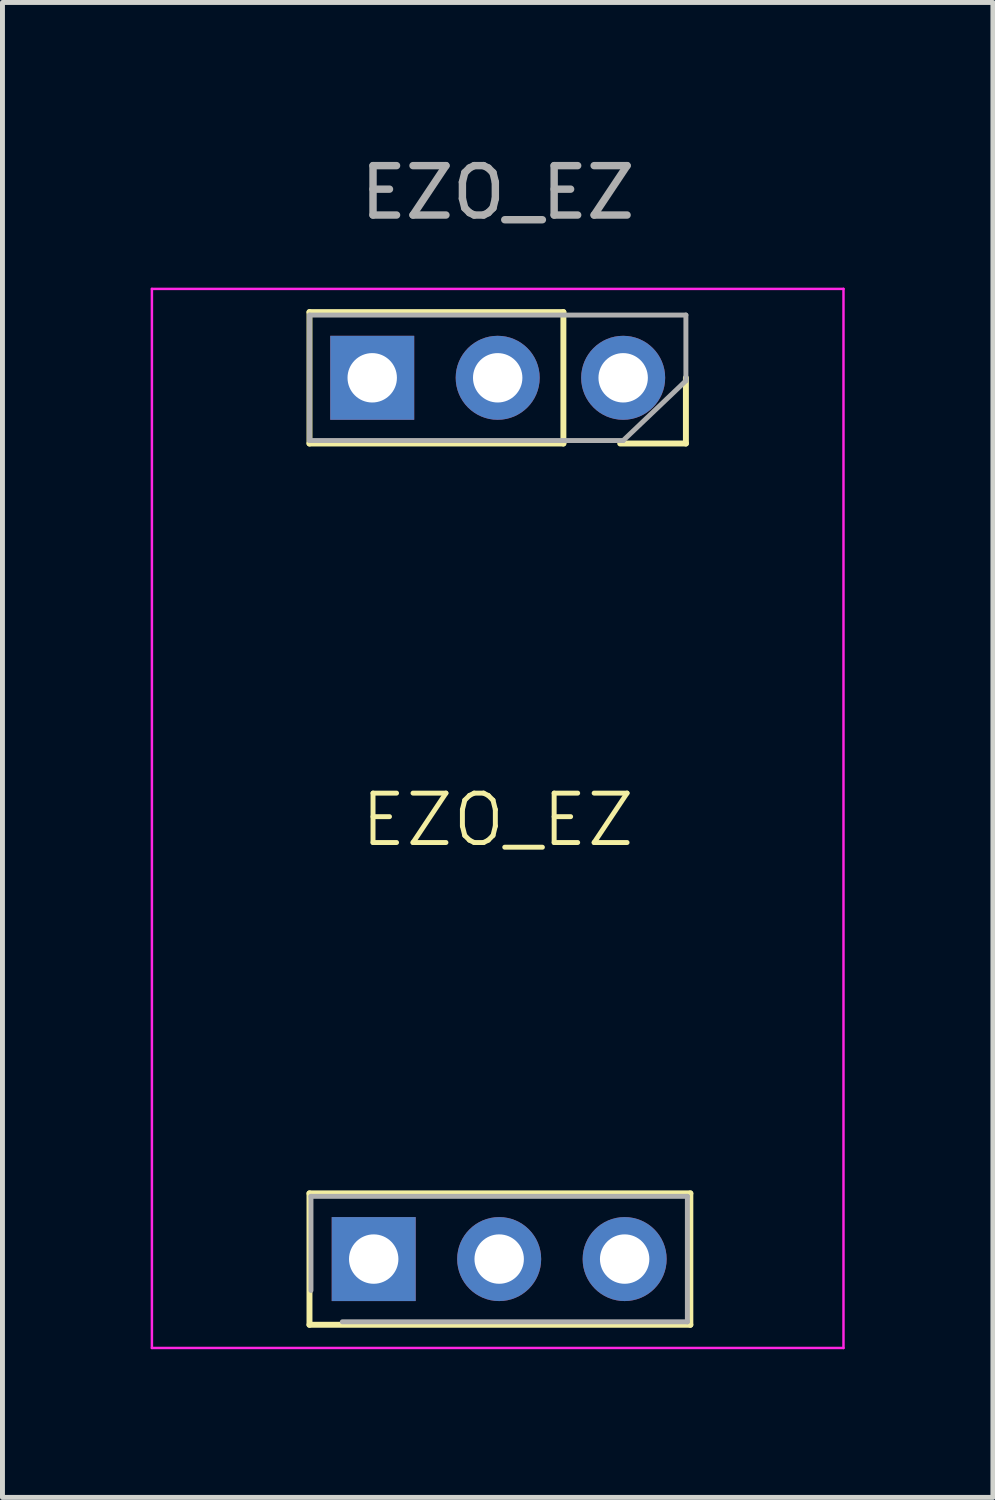
<source format=kicad_pcb>
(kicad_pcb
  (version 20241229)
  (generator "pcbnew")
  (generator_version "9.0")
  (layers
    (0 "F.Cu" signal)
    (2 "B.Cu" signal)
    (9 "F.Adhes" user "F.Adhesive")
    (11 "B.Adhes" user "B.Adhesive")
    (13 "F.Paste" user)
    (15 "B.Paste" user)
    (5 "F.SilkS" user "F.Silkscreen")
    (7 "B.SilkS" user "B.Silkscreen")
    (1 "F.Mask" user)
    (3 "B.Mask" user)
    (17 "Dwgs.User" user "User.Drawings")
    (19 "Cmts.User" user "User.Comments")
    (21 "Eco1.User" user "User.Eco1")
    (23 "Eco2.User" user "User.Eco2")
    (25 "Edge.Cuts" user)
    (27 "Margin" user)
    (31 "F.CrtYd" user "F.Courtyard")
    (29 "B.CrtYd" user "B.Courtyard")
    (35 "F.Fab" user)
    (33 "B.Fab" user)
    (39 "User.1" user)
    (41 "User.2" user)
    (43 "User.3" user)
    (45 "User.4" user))
  (footprint "EZO_EZ"
    (layer "F.Cu")
    (at 7.025 4.658)
    (property "Reference" "EZO_EZ" (at 0 8.89 0) (unlocked yes) (layer "F.SilkS") (effects (font (size 1 1) (thickness 0.1))))
    (attr through_hole)
    (fp_line (start -3.81 -1.39) (end 1.33 -1.39) (stroke (width 0.12) (type solid)) (layer "F.SilkS"))
    (fp_line (start -3.81 1.27) (end -3.81 -1.39) (stroke (width 0.12) (type solid)) (layer "F.SilkS"))
    (fp_line (start -3.81 1.27) (end 1.33 1.27) (stroke (width 0.12) (type solid)) (layer "F.SilkS"))
    (fp_line (start -3.81 16.45) (end 3.9 16.45) (stroke (width 0.12) (type solid)) (layer "F.SilkS"))
    (fp_line (start -3.81 19.11) (end -3.81 16.45) (stroke (width 0.12) (type solid)) (layer "F.SilkS"))
    (fp_line (start -3.81 19.11) (end 3.9 19.11) (stroke (width 0.12) (type solid)) (layer "F.SilkS"))
    (fp_line (start 1.33 1.27) (end 1.33 -1.39) (stroke (width 0.12) (type solid)) (layer "F.SilkS"))
    (fp_line (start 3.81 -0.06) (end 3.81 1.27) (stroke (width 0.12) (type solid)) (layer "F.SilkS"))
    (fp_line (start 3.81 1.27) (end 2.48 1.27) (stroke (width 0.12) (type solid)) (layer "F.SilkS"))
    (fp_line (start 3.9 19.11) (end 3.9 16.45) (stroke (width 0.12) (type solid)) (layer "F.SilkS"))
    (fp_line (start -7 -1.86) (end -7 19.58) (stroke (width 0.05) (type solid)) (layer "F.CrtYd"))
    (fp_line (start -7 19.58) (end 7 19.58) (stroke (width 0.05) (type solid)) (layer "F.CrtYd"))
    (fp_line (start 7 -1.86) (end -7 -1.86) (stroke (width 0.05) (type solid)) (layer "F.CrtYd"))
    (fp_line (start 7 19.58) (end 7 -1.86) (stroke (width 0.05) (type solid)) (layer "F.CrtYd"))
    (fp_line (start -3.81 -1.33) (end 3.81 -1.33) (stroke (width 0.1) (type solid)) (layer "F.Fab"))
    (fp_line (start -3.81 1.21) (end -3.81 -1.33) (stroke (width 0.1) (type solid)) (layer "F.Fab"))
    (fp_line (start -3.78 16.51) (end 3.84 16.51) (stroke (width 0.1) (type solid)) (layer "F.Fab"))
    (fp_line (start -3.78 18.415) (end -3.78 16.51) (stroke (width 0.1) (type solid)) (layer "F.Fab"))
    (fp_line (start 2.54 1.21) (end -3.81 1.21) (stroke (width 0.1) (type solid)) (layer "F.Fab"))
    (fp_line (start 2.54 1.21) (end 3.81 0) (stroke (width 0.1) (type solid)) (layer "F.Fab"))
    (fp_line (start 3.81 -1.33) (end 3.81 0) (stroke (width 0.1) (type solid)) (layer "F.Fab"))
    (fp_line (start 3.84 16.51) (end 3.84 19.05) (stroke (width 0.1) (type solid)) (layer "F.Fab"))
    (fp_line (start 3.84 19.05) (end -3.145 19.05) (stroke (width 0.1) (type solid)) (layer "F.Fab"))
    (fp_text user "${REFERENCE}" (at 0 -3.81 0) (unlocked yes) (layer "F.Fab") (effects (font (size 1 1) (thickness 0.15))))
    (pad "1" thru_hole oval (at 2.54 -0.06 90) (size 1.7 1.7) (drill 1) (layers "*.Cu" "*.Mask"))
    (pad "2" thru_hole oval (at 0 -0.06 90) (size 1.7 1.7) (drill 1) (layers "*.Cu" "*.Mask"))
    (pad "3" thru_hole rect (at -2.54 -0.06 90) (size 1.7 1.7) (drill 1) (layers "*.Cu" "*.Mask"))
    (pad "4" thru_hole oval (at 2.57 17.78 90) (size 1.7 1.7) (drill 1) (layers "*.Cu" "*.Mask"))
    (pad "5" thru_hole oval (at 0.03 17.78 90) (size 1.7 1.7) (drill 1) (layers "*.Cu" "*.Mask"))
    (pad "6" thru_hole rect (at -2.51 17.78 90) (size 1.7 1.7) (drill 1) (layers "*.Cu" "*.Mask")))
  (gr_rect
    (start -3 -3)
    (end 17.05 27.263)
    (stroke (width 0.1) (type default))
    (fill no)
    (layer "Edge.Cuts")))
</source>
